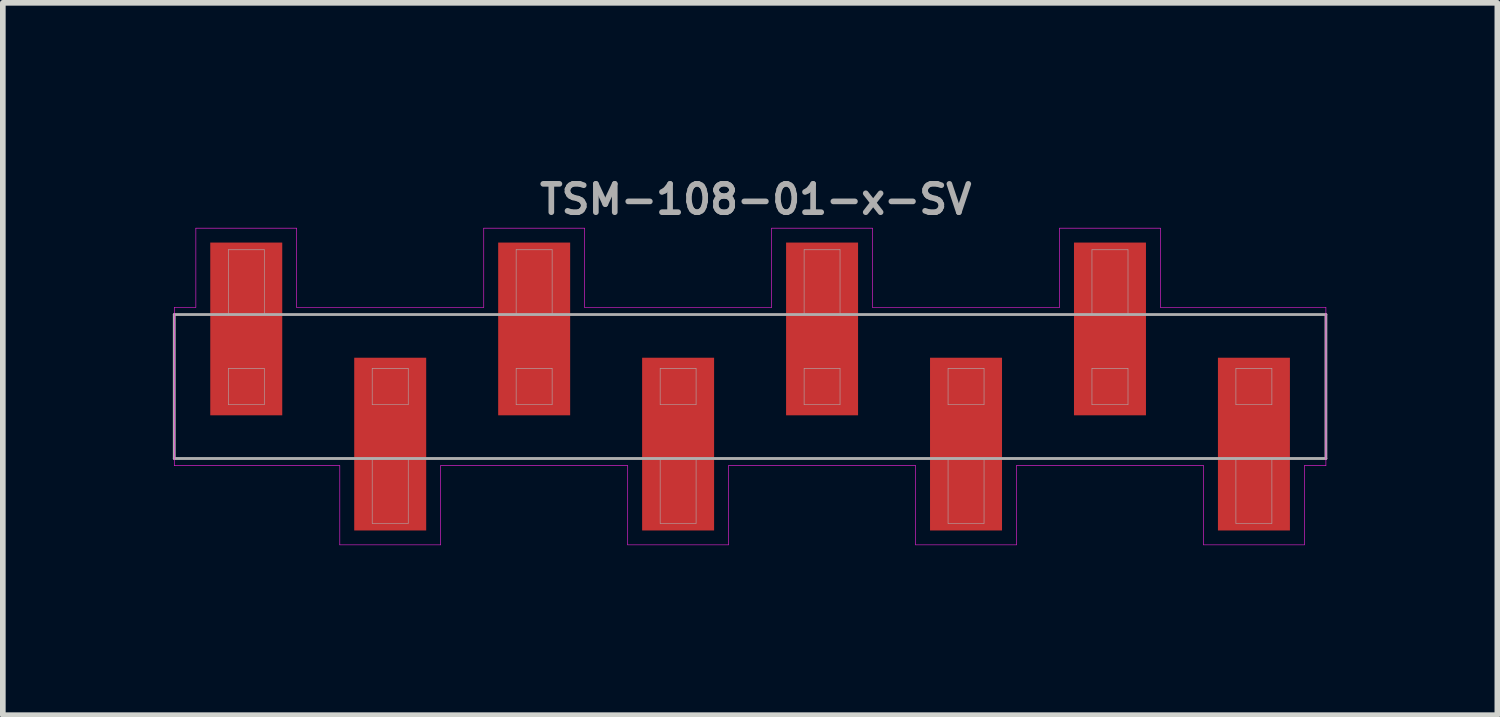
<source format=kicad_pcb>
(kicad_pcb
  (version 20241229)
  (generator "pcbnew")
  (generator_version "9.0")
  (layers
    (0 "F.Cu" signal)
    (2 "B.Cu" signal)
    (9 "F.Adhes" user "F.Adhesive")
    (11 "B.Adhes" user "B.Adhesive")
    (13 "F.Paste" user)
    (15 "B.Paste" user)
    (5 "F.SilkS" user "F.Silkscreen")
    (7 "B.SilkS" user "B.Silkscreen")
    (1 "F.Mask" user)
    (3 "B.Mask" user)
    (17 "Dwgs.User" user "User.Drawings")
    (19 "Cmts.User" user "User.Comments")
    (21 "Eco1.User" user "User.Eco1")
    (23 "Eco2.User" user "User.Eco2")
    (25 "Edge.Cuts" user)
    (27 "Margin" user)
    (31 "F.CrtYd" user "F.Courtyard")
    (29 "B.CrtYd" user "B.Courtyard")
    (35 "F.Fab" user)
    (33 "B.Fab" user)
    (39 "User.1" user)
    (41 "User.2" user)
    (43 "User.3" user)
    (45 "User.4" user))
  (footprint "TSM-108-01-x-SV"
    (layer "F.Cu")
    (at 10.185 3.77)
    (property "Reference" "TSM-108-01-x-SV" (at 0.1 -3.302 0) (layer "F.Fab") (effects (font (size 0.5 0.5) (thickness 0.1))))
    (attr smd)
    (fp_line (start -10.16 -1.397) (end -10.16 1.397) (stroke (width 0.01) (type solid)) (layer "F.CrtYd"))
    (fp_line (start -10.16 1.397) (end -7.239 1.397) (stroke (width 0.01) (type solid)) (layer "F.CrtYd"))
    (fp_line (start -9.779 -2.794) (end -9.779 -1.397) (stroke (width 0.01) (type solid)) (layer "F.CrtYd"))
    (fp_line (start -9.779 -1.397) (end -10.16 -1.397) (stroke (width 0.01) (type solid)) (layer "F.CrtYd"))
    (fp_line (start -8.001 -2.794) (end -9.779 -2.794) (stroke (width 0.01) (type solid)) (layer "F.CrtYd"))
    (fp_line (start -8.001 -1.397) (end -8.001 -2.794) (stroke (width 0.01) (type solid)) (layer "F.CrtYd"))
    (fp_line (start -7.239 1.397) (end -7.239 2.794) (stroke (width 0.01) (type solid)) (layer "F.CrtYd"))
    (fp_line (start -7.239 2.794) (end -5.461 2.794) (stroke (width 0.01) (type solid)) (layer "F.CrtYd"))
    (fp_line (start -5.461 1.397) (end -2.159 1.397) (stroke (width 0.01) (type solid)) (layer "F.CrtYd"))
    (fp_line (start -5.461 2.794) (end -5.461 1.397) (stroke (width 0.01) (type solid)) (layer "F.CrtYd"))
    (fp_line (start -4.699 -2.794) (end -4.699 -1.397) (stroke (width 0.01) (type solid)) (layer "F.CrtYd"))
    (fp_line (start -4.699 -1.397) (end -8.001 -1.397) (stroke (width 0.01) (type solid)) (layer "F.CrtYd"))
    (fp_line (start -2.921 -2.794) (end -4.699 -2.794) (stroke (width 0.01) (type solid)) (layer "F.CrtYd"))
    (fp_line (start -2.921 -1.397) (end -2.921 -2.794) (stroke (width 0.01) (type solid)) (layer "F.CrtYd"))
    (fp_line (start -2.159 1.397) (end -2.159 2.794) (stroke (width 0.01) (type solid)) (layer "F.CrtYd"))
    (fp_line (start -2.159 2.794) (end -0.381 2.794) (stroke (width 0.01) (type solid)) (layer "F.CrtYd"))
    (fp_line (start -0.381 1.397) (end 2.921 1.397) (stroke (width 0.01) (type solid)) (layer "F.CrtYd"))
    (fp_line (start -0.381 2.794) (end -0.381 1.397) (stroke (width 0.01) (type solid)) (layer "F.CrtYd"))
    (fp_line (start 0.381 -2.794) (end 0.381 -1.397) (stroke (width 0.01) (type solid)) (layer "F.CrtYd"))
    (fp_line (start 0.381 -1.397) (end -2.921 -1.397) (stroke (width 0.01) (type solid)) (layer "F.CrtYd"))
    (fp_line (start 2.159 -2.794) (end 0.381 -2.794) (stroke (width 0.01) (type solid)) (layer "F.CrtYd"))
    (fp_line (start 2.159 -1.397) (end 2.159 -2.794) (stroke (width 0.01) (type solid)) (layer "F.CrtYd"))
    (fp_line (start 2.921 1.397) (end 2.921 2.794) (stroke (width 0.01) (type solid)) (layer "F.CrtYd"))
    (fp_line (start 2.921 2.794) (end 4.699 2.794) (stroke (width 0.01) (type solid)) (layer "F.CrtYd"))
    (fp_line (start 4.699 1.397) (end 8.001 1.397) (stroke (width 0.01) (type solid)) (layer "F.CrtYd"))
    (fp_line (start 4.699 2.794) (end 4.699 1.397) (stroke (width 0.01) (type solid)) (layer "F.CrtYd"))
    (fp_line (start 5.461 -2.794) (end 5.461 -1.397) (stroke (width 0.01) (type solid)) (layer "F.CrtYd"))
    (fp_line (start 5.461 -1.397) (end 2.159 -1.397) (stroke (width 0.01) (type solid)) (layer "F.CrtYd"))
    (fp_line (start 7.239 -2.794) (end 5.461 -2.794) (stroke (width 0.01) (type solid)) (layer "F.CrtYd"))
    (fp_line (start 7.239 -1.397) (end 7.239 -2.794) (stroke (width 0.01) (type solid)) (layer "F.CrtYd"))
    (fp_line (start 8.001 1.397) (end 8.001 2.794) (stroke (width 0.01) (type solid)) (layer "F.CrtYd"))
    (fp_line (start 8.001 2.794) (end 9.779 2.794) (stroke (width 0.01) (type solid)) (layer "F.CrtYd"))
    (fp_line (start 9.779 1.397) (end 10.16 1.397) (stroke (width 0.01) (type solid)) (layer "F.CrtYd"))
    (fp_line (start 9.779 2.794) (end 9.779 1.397) (stroke (width 0.01) (type solid)) (layer "F.CrtYd"))
    (fp_line (start 10.16 -1.397) (end 7.239 -1.397) (stroke (width 0.01) (type solid)) (layer "F.CrtYd"))
    (fp_line (start 10.16 1.397) (end 10.16 -1.397) (stroke (width 0.01) (type solid)) (layer "F.CrtYd"))
    (fp_line (start -10.16 -1.27) (end -10.16 1.27) (stroke (width 0.05) (type solid)) (layer "F.Fab"))
    (fp_line (start -10.16 1.27) (end 10.16 1.27) (stroke (width 0.05) (type solid)) (layer "F.Fab"))
    (fp_line (start -9.207 -2.413) (end -8.572 -2.413) (stroke (width 0.01) (type solid)) (layer "F.Fab"))
    (fp_line (start -9.207 -1.27) (end -9.207 -2.413) (stroke (width 0.01) (type solid)) (layer "F.Fab"))
    (fp_line (start -9.207 -0.318) (end -9.207 0.318) (stroke (width 0.01) (type solid)) (layer "F.Fab"))
    (fp_line (start -9.207 0.318) (end -8.572 0.318) (stroke (width 0.01) (type solid)) (layer "F.Fab"))
    (fp_line (start -8.572 -2.413) (end -8.572 -1.27) (stroke (width 0.01) (type solid)) (layer "F.Fab"))
    (fp_line (start -8.572 -0.318) (end -9.207 -0.318) (stroke (width 0.01) (type solid)) (layer "F.Fab"))
    (fp_line (start -8.572 0.318) (end -8.572 -0.318) (stroke (width 0.01) (type solid)) (layer "F.Fab"))
    (fp_line (start -6.668 -0.318) (end -6.668 0.318) (stroke (width 0.01) (type solid)) (layer "F.Fab"))
    (fp_line (start -6.668 0.318) (end -6.032 0.318) (stroke (width 0.01) (type solid)) (layer "F.Fab"))
    (fp_line (start -6.668 2.413) (end -6.668 1.27) (stroke (width 0.01) (type solid)) (layer "F.Fab"))
    (fp_line (start -6.032 -0.318) (end -6.668 -0.318) (stroke (width 0.01) (type solid)) (layer "F.Fab"))
    (fp_line (start -6.032 0.318) (end -6.032 -0.318) (stroke (width 0.01) (type solid)) (layer "F.Fab"))
    (fp_line (start -6.032 1.27) (end -6.032 2.413) (stroke (width 0.01) (type solid)) (layer "F.Fab"))
    (fp_line (start -6.032 2.413) (end -6.668 2.413) (stroke (width 0.01) (type solid)) (layer "F.Fab"))
    (fp_line (start -4.128 -2.413) (end -3.493 -2.413) (stroke (width 0.01) (type solid)) (layer "F.Fab"))
    (fp_line (start -4.128 -1.27) (end -4.128 -2.413) (stroke (width 0.01) (type solid)) (layer "F.Fab"))
    (fp_line (start -4.128 -0.318) (end -4.128 0.318) (stroke (width 0.01) (type solid)) (layer "F.Fab"))
    (fp_line (start -4.128 0.318) (end -3.493 0.318) (stroke (width 0.01) (type solid)) (layer "F.Fab"))
    (fp_line (start -3.493 -2.413) (end -3.493 -1.27) (stroke (width 0.01) (type solid)) (layer "F.Fab"))
    (fp_line (start -3.493 -0.318) (end -4.128 -0.318) (stroke (width 0.01) (type solid)) (layer "F.Fab"))
    (fp_line (start -3.493 0.318) (end -3.493 -0.318) (stroke (width 0.01) (type solid)) (layer "F.Fab"))
    (fp_line (start -1.587 -0.318) (end -1.587 0.318) (stroke (width 0.01) (type solid)) (layer "F.Fab"))
    (fp_line (start -1.587 0.318) (end -0.953 0.318) (stroke (width 0.01) (type solid)) (layer "F.Fab"))
    (fp_line (start -1.587 2.413) (end -1.587 1.27) (stroke (width 0.01) (type solid)) (layer "F.Fab"))
    (fp_line (start -0.953 -0.318) (end -1.587 -0.318) (stroke (width 0.01) (type solid)) (layer "F.Fab"))
    (fp_line (start -0.953 0.318) (end -0.953 -0.318) (stroke (width 0.01) (type solid)) (layer "F.Fab"))
    (fp_line (start -0.953 1.27) (end -0.953 2.413) (stroke (width 0.01) (type solid)) (layer "F.Fab"))
    (fp_line (start -0.953 2.413) (end -1.587 2.413) (stroke (width 0.01) (type solid)) (layer "F.Fab"))
    (fp_line (start 0.953 -2.413) (end 1.587 -2.413) (stroke (width 0.01) (type solid)) (layer "F.Fab"))
    (fp_line (start 0.953 -1.27) (end 0.953 -2.413) (stroke (width 0.01) (type solid)) (layer "F.Fab"))
    (fp_line (start 0.953 -0.318) (end 0.953 0.318) (stroke (width 0.01) (type solid)) (layer "F.Fab"))
    (fp_line (start 0.953 0.318) (end 1.587 0.318) (stroke (width 0.01) (type solid)) (layer "F.Fab"))
    (fp_line (start 1.587 -2.413) (end 1.587 -1.27) (stroke (width 0.01) (type solid)) (layer "F.Fab"))
    (fp_line (start 1.587 -0.318) (end 0.953 -0.318) (stroke (width 0.01) (type solid)) (layer "F.Fab"))
    (fp_line (start 1.587 0.318) (end 1.587 -0.318) (stroke (width 0.01) (type solid)) (layer "F.Fab"))
    (fp_line (start 3.493 -0.318) (end 3.493 0.318) (stroke (width 0.01) (type solid)) (layer "F.Fab"))
    (fp_line (start 3.493 0.318) (end 4.128 0.318) (stroke (width 0.01) (type solid)) (layer "F.Fab"))
    (fp_line (start 3.493 2.413) (end 3.493 1.27) (stroke (width 0.01) (type solid)) (layer "F.Fab"))
    (fp_line (start 4.128 -0.318) (end 3.493 -0.318) (stroke (width 0.01) (type solid)) (layer "F.Fab"))
    (fp_line (start 4.128 0.318) (end 4.128 -0.318) (stroke (width 0.01) (type solid)) (layer "F.Fab"))
    (fp_line (start 4.128 1.27) (end 4.128 2.413) (stroke (width 0.01) (type solid)) (layer "F.Fab"))
    (fp_line (start 4.128 2.413) (end 3.493 2.413) (stroke (width 0.01) (type solid)) (layer "F.Fab"))
    (fp_line (start 6.032 -2.413) (end 6.668 -2.413) (stroke (width 0.01) (type solid)) (layer "F.Fab"))
    (fp_line (start 6.032 -1.27) (end 6.032 -2.413) (stroke (width 0.01) (type solid)) (layer "F.Fab"))
    (fp_line (start 6.032 -0.318) (end 6.032 0.318) (stroke (width 0.01) (type solid)) (layer "F.Fab"))
    (fp_line (start 6.032 0.318) (end 6.668 0.318) (stroke (width 0.01) (type solid)) (layer "F.Fab"))
    (fp_line (start 6.668 -2.413) (end 6.668 -1.27) (stroke (width 0.01) (type solid)) (layer "F.Fab"))
    (fp_line (start 6.668 -0.318) (end 6.032 -0.318) (stroke (width 0.01) (type solid)) (layer "F.Fab"))
    (fp_line (start 6.668 0.318) (end 6.668 -0.318) (stroke (width 0.01) (type solid)) (layer "F.Fab"))
    (fp_line (start 8.572 -0.318) (end 8.572 0.318) (stroke (width 0.01) (type solid)) (layer "F.Fab"))
    (fp_line (start 8.572 0.318) (end 9.207 0.318) (stroke (width 0.01) (type solid)) (layer "F.Fab"))
    (fp_line (start 8.572 2.413) (end 8.572 1.27) (stroke (width 0.01) (type solid)) (layer "F.Fab"))
    (fp_line (start 9.207 -0.318) (end 8.572 -0.318) (stroke (width 0.01) (type solid)) (layer "F.Fab"))
    (fp_line (start 9.207 0.318) (end 9.207 -0.318) (stroke (width 0.01) (type solid)) (layer "F.Fab"))
    (fp_line (start 9.207 1.27) (end 9.207 2.413) (stroke (width 0.01) (type solid)) (layer "F.Fab"))
    (fp_line (start 9.207 2.413) (end 8.572 2.413) (stroke (width 0.01) (type solid)) (layer "F.Fab"))
    (fp_line (start 10.16 -1.27) (end -10.16 -1.27) (stroke (width 0.05) (type solid)) (layer "F.Fab"))
    (fp_line (start 10.16 1.27) (end 10.16 -1.27) (stroke (width 0.05) (type solid)) (layer "F.Fab"))
    (pad "1" smd rect (at -8.89 -1.016) (size 1.27 3.048) (layers "F.Cu" "F.Mask" "F.Paste"))
    (pad "2" smd rect (at -6.35 1.016) (size 1.27 3.048) (layers "F.Cu" "F.Mask" "F.Paste"))
    (pad "3" smd rect (at -3.81 -1.016) (size 1.27 3.048) (layers "F.Cu" "F.Mask" "F.Paste"))
    (pad "4" smd rect (at -1.27 1.016) (size 1.27 3.048) (layers "F.Cu" "F.Mask" "F.Paste"))
    (pad "5" smd rect (at 1.27 -1.016) (size 1.27 3.048) (layers "F.Cu" "F.Mask" "F.Paste"))
    (pad "6" smd rect (at 3.81 1.016) (size 1.27 3.048) (layers "F.Cu" "F.Mask" "F.Paste"))
    (pad "7" smd rect (at 6.35 -1.016) (size 1.27 3.048) (layers "F.Cu" "F.Mask" "F.Paste"))
    (pad "8" smd rect (at 8.89 1.016) (size 1.27 3.048) (layers "F.Cu" "F.Mask" "F.Paste")))
  (gr_rect
    (start -3 -3)
    (end 23.37 9.569)
    (stroke (width 0.1) (type default))
    (fill no)
    (layer "Edge.Cuts")))
</source>
